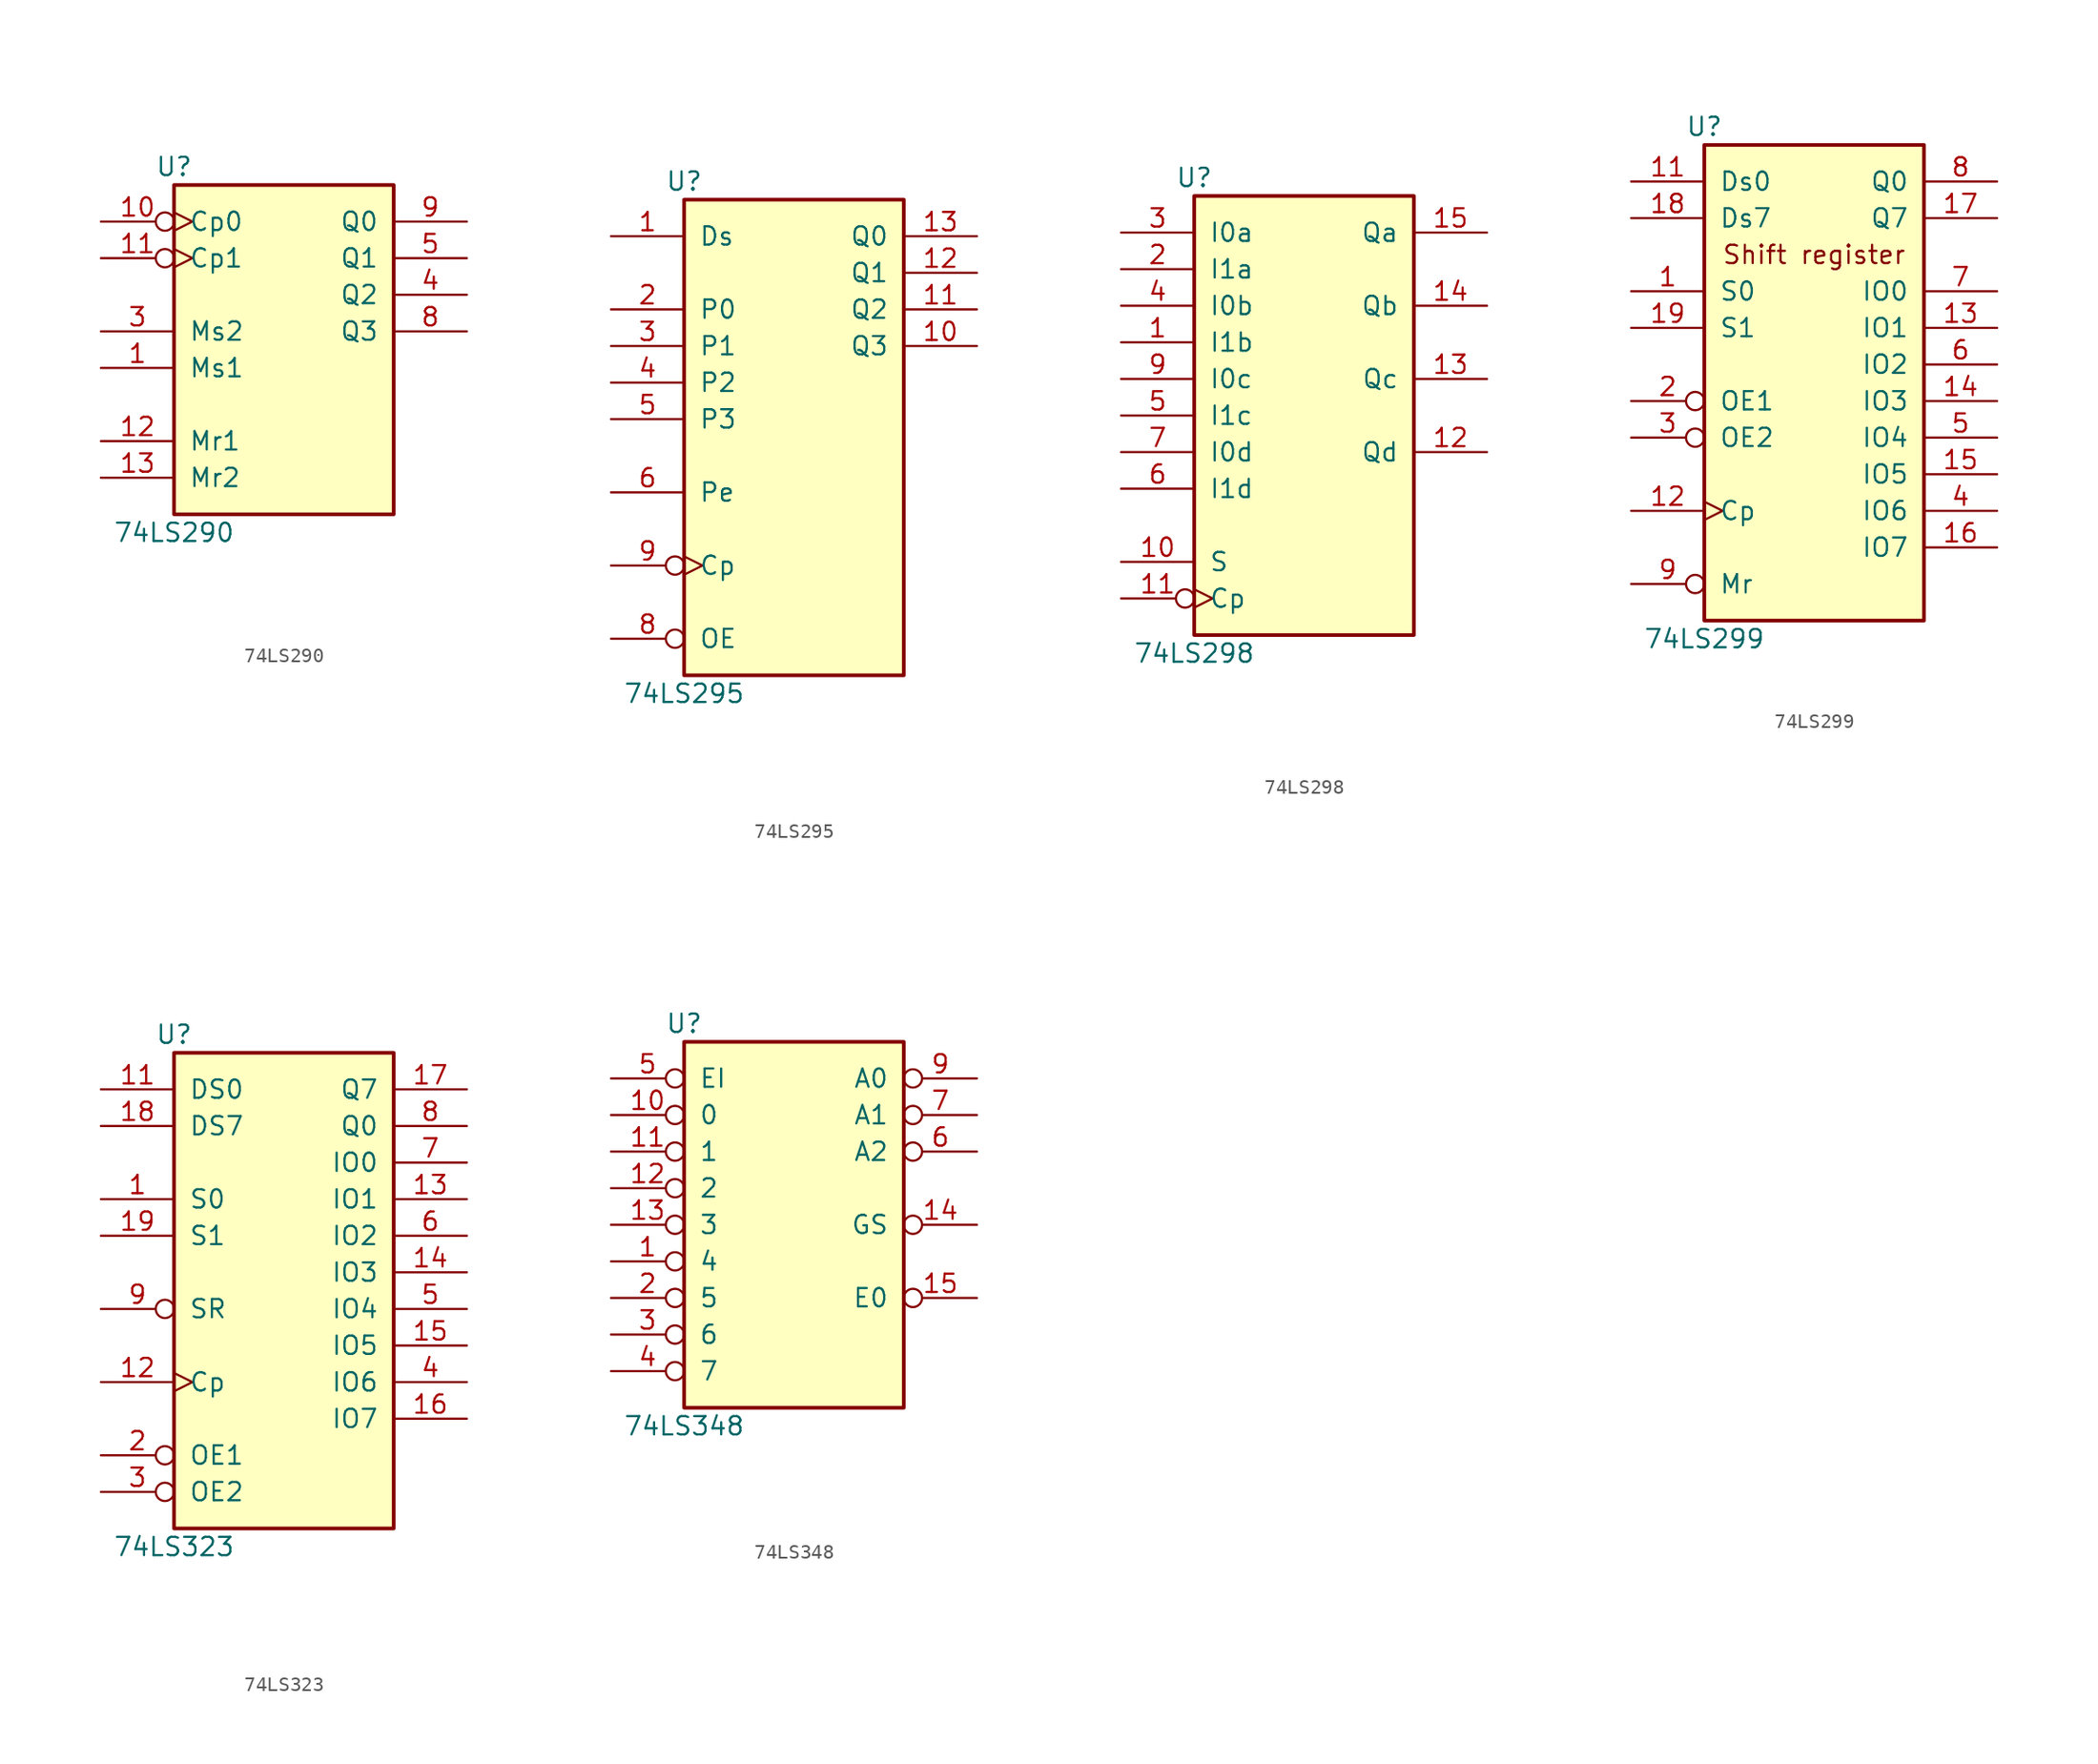
<source format=kicad_sym>
(kicad_symbol_lib
  (version 20211014)
  (generator kicad_symbol_editor)
  (symbol "74LS290"
    (pin_names
      (offset 1.016))
    (property "Reference" "U"
      (at -7.62 11.43 0)
      (effects (font (size 1.27 1.27))))
    (property "Value" "74LS290"
      (at -7.62 -13.97 0)
      (effects (font (size 1.27 1.27))))
    (property "ki_locked" ""
      (at 0 0 0)
      (effects (font (size 1.27 1.27))))
    (symbol "74LS290_1_0"
      (pin input line (at -12.7 -2.54 0) (length 5.08) (name "Ms1" (effects (font (size 1.27 1.27)))) (number "1" (effects (font (size 1.27 1.27)))))
      (pin input inverted_clock (at -12.7 7.62 0) (length 5.08) (name "Cp0" (effects (font (size 1.27 1.27)))) (number "10" (effects (font (size 1.27 1.27)))))
      (pin input inverted_clock (at -12.7 5.08 0) (length 5.08) (name "Cp1" (effects (font (size 1.27 1.27)))) (number "11" (effects (font (size 1.27 1.27)))))
      (pin input line (at -12.7 -7.62 0) (length 5.08) (name "Mr1" (effects (font (size 1.27 1.27)))) (number "12" (effects (font (size 1.27 1.27)))))
      (pin input line (at -12.7 -10.16 0) (length 5.08) (name "Mr2" (effects (font (size 1.27 1.27)))) (number "13" (effects (font (size 1.27 1.27)))))
      (pin input line (at 0 15.24 270) (length 5.08) hide (name "VCC" (effects (font (size 1.27 1.27)))) (number "14" (effects (font (size 1.27 1.27)))))
      (pin input line (at -12.7 0 0) (length 5.08) (name "Ms2" (effects (font (size 1.27 1.27)))) (number "3" (effects (font (size 1.27 1.27)))))
      (pin output line (at 12.7 2.54 180) (length 5.08) (name "Q2" (effects (font (size 1.27 1.27)))) (number "4" (effects (font (size 1.27 1.27)))))
      (pin output line (at 12.7 5.08 180) (length 5.08) (name "Q1" (effects (font (size 1.27 1.27)))) (number "5" (effects (font (size 1.27 1.27)))))
      (pin input line (at 0 -17.78 90) (length 5.08) hide (name "GND" (effects (font (size 1.27 1.27)))) (number "7" (effects (font (size 1.27 1.27)))))
      (pin output line (at 12.7 0 180) (length 5.08) (name "Q3" (effects (font (size 1.27 1.27)))) (number "8" (effects (font (size 1.27 1.27)))))
      (pin output line (at 12.7 7.62 180) (length 5.08) (name "Q0" (effects (font (size 1.27 1.27)))) (number "9" (effects (font (size 1.27 1.27))))))
    (symbol "74LS290_1_1"
      (rectangle (start -7.62 10.16) (end 7.62 -12.7) (stroke (width 0.254) (type default) (color 0 0 0 0)) (fill (type background)))))
  (symbol "74LS295"
    (pin_names
      (offset 1.016))
    (property "Reference" "U"
      (at -7.62 16.51 0)
      (effects (font (size 1.27 1.27))))
    (property "Value" "74LS295"
      (at -7.62 -19.05 0)
      (effects (font (size 1.27 1.27))))
    (property "ki_locked" ""
      (at 0 0 0)
      (effects (font (size 1.27 1.27))))
    (symbol "74LS295_1_0"
      (pin input line (at -12.7 12.7 0) (length 5.08) (name "Ds" (effects (font (size 1.27 1.27)))) (number "1" (effects (font (size 1.27 1.27)))))
      (pin output line (at 12.7 5.08 180) (length 5.08) (name "Q3" (effects (font (size 1.27 1.27)))) (number "10" (effects (font (size 1.27 1.27)))))
      (pin output line (at 12.7 7.62 180) (length 5.08) (name "Q2" (effects (font (size 1.27 1.27)))) (number "11" (effects (font (size 1.27 1.27)))))
      (pin output line (at 12.7 10.16 180) (length 5.08) (name "Q1" (effects (font (size 1.27 1.27)))) (number "12" (effects (font (size 1.27 1.27)))))
      (pin output line (at 12.7 12.7 180) (length 5.08) (name "Q0" (effects (font (size 1.27 1.27)))) (number "13" (effects (font (size 1.27 1.27)))))
      (pin input line (at 0 20.32 270) (length 5.08) hide (name "VCC" (effects (font (size 1.27 1.27)))) (number "14" (effects (font (size 1.27 1.27)))))
      (pin input line (at -12.7 7.62 0) (length 5.08) (name "P0" (effects (font (size 1.27 1.27)))) (number "2" (effects (font (size 1.27 1.27)))))
      (pin input line (at -12.7 5.08 0) (length 5.08) (name "P1" (effects (font (size 1.27 1.27)))) (number "3" (effects (font (size 1.27 1.27)))))
      (pin input line (at -12.7 2.54 0) (length 5.08) (name "P2" (effects (font (size 1.27 1.27)))) (number "4" (effects (font (size 1.27 1.27)))))
      (pin input line (at -12.7 0 0) (length 5.08) (name "P3" (effects (font (size 1.27 1.27)))) (number "5" (effects (font (size 1.27 1.27)))))
      (pin input line (at -12.7 -5.08 0) (length 5.08) (name "Pe" (effects (font (size 1.27 1.27)))) (number "6" (effects (font (size 1.27 1.27)))))
      (pin input line (at 0 -22.86 90) (length 5.08) hide (name "GND" (effects (font (size 1.27 1.27)))) (number "7" (effects (font (size 1.27 1.27)))))
      (pin input inverted (at -12.7 -15.24 0) (length 5.08) (name "OE" (effects (font (size 1.27 1.27)))) (number "8" (effects (font (size 1.27 1.27)))))
      (pin input inverted_clock (at -12.7 -10.16 0) (length 5.08) (name "Cp" (effects (font (size 1.27 1.27)))) (number "9" (effects (font (size 1.27 1.27))))))
    (symbol "74LS295_1_1"
      (rectangle (start -7.62 15.24) (end 7.62 -17.78) (stroke (width 0.254) (type default) (color 0 0 0 0)) (fill (type background)))))
  (symbol "74LS298"
    (pin_names
      (offset 1.016))
    (property "Reference" "U"
      (at -7.62 16.51 0)
      (effects (font (size 1.27 1.27))))
    (property "Value" "74LS298"
      (at -7.62 -16.51 0)
      (effects (font (size 1.27 1.27))))
    (property "ki_locked" ""
      (at 0 0 0)
      (effects (font (size 1.27 1.27))))
    (symbol "74LS298_1_0"
      (pin input line (at -12.7 5.08 0) (length 5.08) (name "I1b" (effects (font (size 1.27 1.27)))) (number "1" (effects (font (size 1.27 1.27)))))
      (pin input line (at -12.7 -10.16 0) (length 5.08) (name "S" (effects (font (size 1.27 1.27)))) (number "10" (effects (font (size 1.27 1.27)))))
      (pin input inverted_clock (at -12.7 -12.7 0) (length 5.08) (name "Cp" (effects (font (size 1.27 1.27)))) (number "11" (effects (font (size 1.27 1.27)))))
      (pin output line (at 12.7 -2.54 180) (length 5.08) (name "Qd" (effects (font (size 1.27 1.27)))) (number "12" (effects (font (size 1.27 1.27)))))
      (pin output line (at 12.7 2.54 180) (length 5.08) (name "Qc" (effects (font (size 1.27 1.27)))) (number "13" (effects (font (size 1.27 1.27)))))
      (pin output line (at 12.7 7.62 180) (length 5.08) (name "Qb" (effects (font (size 1.27 1.27)))) (number "14" (effects (font (size 1.27 1.27)))))
      (pin output line (at 12.7 12.7 180) (length 5.08) (name "Qa" (effects (font (size 1.27 1.27)))) (number "15" (effects (font (size 1.27 1.27)))))
      (pin input line (at 0 20.32 270) (length 5.08) hide (name "VCC" (effects (font (size 1.27 1.27)))) (number "16" (effects (font (size 1.27 1.27)))))
      (pin input line (at -12.7 10.16 0) (length 5.08) (name "I1a" (effects (font (size 1.27 1.27)))) (number "2" (effects (font (size 1.27 1.27)))))
      (pin input line (at -12.7 12.7 0) (length 5.08) (name "I0a" (effects (font (size 1.27 1.27)))) (number "3" (effects (font (size 1.27 1.27)))))
      (pin input line (at -12.7 7.62 0) (length 5.08) (name "I0b" (effects (font (size 1.27 1.27)))) (number "4" (effects (font (size 1.27 1.27)))))
      (pin input line (at -12.7 0 0) (length 5.08) (name "I1c" (effects (font (size 1.27 1.27)))) (number "5" (effects (font (size 1.27 1.27)))))
      (pin input line (at -12.7 -5.08 0) (length 5.08) (name "I1d" (effects (font (size 1.27 1.27)))) (number "6" (effects (font (size 1.27 1.27)))))
      (pin input line (at -12.7 -2.54 0) (length 5.08) (name "I0d" (effects (font (size 1.27 1.27)))) (number "7" (effects (font (size 1.27 1.27)))))
      (pin input line (at 0 -20.32 90) (length 5.08) hide (name "GND" (effects (font (size 1.27 1.27)))) (number "8" (effects (font (size 1.27 1.27)))))
      (pin input line (at -12.7 2.54 0) (length 5.08) (name "I0c" (effects (font (size 1.27 1.27)))) (number "9" (effects (font (size 1.27 1.27))))))
    (symbol "74LS298_1_1"
      (rectangle (start -7.62 15.24) (end 7.62 -15.24) (stroke (width 0.254) (type default) (color 0 0 0 0)) (fill (type background)))))
  (symbol "74LS299"
    (pin_names
      (offset 1.016))
    (property "Reference" "U"
      (at -7.62 16.51 0)
      (effects (font (size 1.27 1.27))))
    (property "Value" "74LS299"
      (at -7.62 -19.05 0)
      (effects (font (size 1.27 1.27))))
    (property "ki_locked" ""
      (at 0 0 0)
      (effects (font (size 1.27 1.27))))
    (symbol "74LS299_0_0"
      (text "Shift register" (at 0 7.62 0) (effects (font (size 1.27 1.27)))))
    (symbol "74LS299_1_0"
      (pin input line (at -12.7 5.08 0) (length 5.08) (name "S0" (effects (font (size 1.27 1.27)))) (number "1" (effects (font (size 1.27 1.27)))))
      (pin power_in line (at 0 -17.78 90) (length 5.08) hide (name "VSS" (effects (font (size 1.27 1.27)))) (number "10" (effects (font (size 1.27 1.27)))))
      (pin input line (at -12.7 12.7 0) (length 5.08) (name "Ds0" (effects (font (size 1.27 1.27)))) (number "11" (effects (font (size 1.27 1.27)))))
      (pin input clock (at -12.7 -10.16 0) (length 5.08) (name "Cp" (effects (font (size 1.27 1.27)))) (number "12" (effects (font (size 1.27 1.27)))))
      (pin tri_state line (at 12.7 2.54 180) (length 5.08) (name "IO1" (effects (font (size 1.27 1.27)))) (number "13" (effects (font (size 1.27 1.27)))))
      (pin tri_state line (at 12.7 -2.54 180) (length 5.08) (name "IO3" (effects (font (size 1.27 1.27)))) (number "14" (effects (font (size 1.27 1.27)))))
      (pin tri_state line (at 12.7 -7.62 180) (length 5.08) (name "IO5" (effects (font (size 1.27 1.27)))) (number "15" (effects (font (size 1.27 1.27)))))
      (pin tri_state line (at 12.7 -12.7 180) (length 5.08) (name "IO7" (effects (font (size 1.27 1.27)))) (number "16" (effects (font (size 1.27 1.27)))))
      (pin output line (at 12.7 10.16 180) (length 5.08) (name "Q7" (effects (font (size 1.27 1.27)))) (number "17" (effects (font (size 1.27 1.27)))))
      (pin input line (at -12.7 10.16 0) (length 5.08) (name "Ds7" (effects (font (size 1.27 1.27)))) (number "18" (effects (font (size 1.27 1.27)))))
      (pin input line (at -12.7 2.54 0) (length 5.08) (name "S1" (effects (font (size 1.27 1.27)))) (number "19" (effects (font (size 1.27 1.27)))))
      (pin input inverted (at -12.7 -2.54 0) (length 5.08) (name "OE1" (effects (font (size 1.27 1.27)))) (number "2" (effects (font (size 1.27 1.27)))))
      (pin power_in line (at 0 15.24 270) (length 5.08) hide (name "VCC" (effects (font (size 1.27 1.27)))) (number "20" (effects (font (size 1.27 1.27)))))
      (pin input inverted (at -12.7 -5.08 0) (length 5.08) (name "OE2" (effects (font (size 1.27 1.27)))) (number "3" (effects (font (size 1.27 1.27)))))
      (pin tri_state line (at 12.7 -10.16 180) (length 5.08) (name "IO6" (effects (font (size 1.27 1.27)))) (number "4" (effects (font (size 1.27 1.27)))))
      (pin tri_state line (at 12.7 -5.08 180) (length 5.08) (name "IO4" (effects (font (size 1.27 1.27)))) (number "5" (effects (font (size 1.27 1.27)))))
      (pin tri_state line (at 12.7 0 180) (length 5.08) (name "IO2" (effects (font (size 1.27 1.27)))) (number "6" (effects (font (size 1.27 1.27)))))
      (pin tri_state line (at 12.7 5.08 180) (length 5.08) (name "IO0" (effects (font (size 1.27 1.27)))) (number "7" (effects (font (size 1.27 1.27)))))
      (pin output line (at 12.7 12.7 180) (length 5.08) (name "Q0" (effects (font (size 1.27 1.27)))) (number "8" (effects (font (size 1.27 1.27)))))
      (pin input inverted (at -12.7 -15.24 0) (length 5.08) (name "Mr" (effects (font (size 1.27 1.27)))) (number "9" (effects (font (size 1.27 1.27))))))
    (symbol "74LS299_1_1"
      (rectangle (start -7.62 15.24) (end 7.62 -17.78) (stroke (width 0.254) (type default) (color 0 0 0 0)) (fill (type background)))))
  (symbol "74LS323"
    (pin_names
      (offset 1.016))
    (property "Reference" "U"
      (at -7.62 16.51 0)
      (effects (font (size 1.27 1.27))))
    (property "Value" "74LS323"
      (at -7.62 -19.05 0)
      (effects (font (size 1.27 1.27))))
    (property "ki_locked" ""
      (at 0 0 0)
      (effects (font (size 1.27 1.27))))
    (symbol "74LS323_1_0"
      (pin input line (at -12.7 5.08 0) (length 5.08) (name "S0" (effects (font (size 1.27 1.27)))) (number "1" (effects (font (size 1.27 1.27)))))
      (pin input line (at 0 -22.86 90) (length 5.08) hide (name "GND" (effects (font (size 1.27 1.27)))) (number "10" (effects (font (size 1.27 1.27)))))
      (pin input line (at -12.7 12.7 0) (length 5.08) (name "DS0" (effects (font (size 1.27 1.27)))) (number "11" (effects (font (size 1.27 1.27)))))
      (pin input clock (at -12.7 -7.62 0) (length 5.08) (name "Cp" (effects (font (size 1.27 1.27)))) (number "12" (effects (font (size 1.27 1.27)))))
      (pin tri_state line (at 12.7 5.08 180) (length 5.08) (name "IO1" (effects (font (size 1.27 1.27)))) (number "13" (effects (font (size 1.27 1.27)))))
      (pin tri_state line (at 12.7 0 180) (length 5.08) (name "IO3" (effects (font (size 1.27 1.27)))) (number "14" (effects (font (size 1.27 1.27)))))
      (pin tri_state line (at 12.7 -5.08 180) (length 5.08) (name "IO5" (effects (font (size 1.27 1.27)))) (number "15" (effects (font (size 1.27 1.27)))))
      (pin tri_state line (at 12.7 -10.16 180) (length 5.08) (name "IO7" (effects (font (size 1.27 1.27)))) (number "16" (effects (font (size 1.27 1.27)))))
      (pin output line (at 12.7 12.7 180) (length 5.08) (name "Q7" (effects (font (size 1.27 1.27)))) (number "17" (effects (font (size 1.27 1.27)))))
      (pin input line (at -12.7 10.16 0) (length 5.08) (name "DS7" (effects (font (size 1.27 1.27)))) (number "18" (effects (font (size 1.27 1.27)))))
      (pin input line (at -12.7 2.54 0) (length 5.08) (name "S1" (effects (font (size 1.27 1.27)))) (number "19" (effects (font (size 1.27 1.27)))))
      (pin input inverted (at -12.7 -12.7 0) (length 5.08) (name "OE1" (effects (font (size 1.27 1.27)))) (number "2" (effects (font (size 1.27 1.27)))))
      (pin input line (at 0 20.32 270) (length 5.08) hide (name "VCC" (effects (font (size 1.27 1.27)))) (number "20" (effects (font (size 1.27 1.27)))))
      (pin input inverted (at -12.7 -15.24 0) (length 5.08) (name "OE2" (effects (font (size 1.27 1.27)))) (number "3" (effects (font (size 1.27 1.27)))))
      (pin tri_state line (at 12.7 -7.62 180) (length 5.08) (name "IO6" (effects (font (size 1.27 1.27)))) (number "4" (effects (font (size 1.27 1.27)))))
      (pin tri_state line (at 12.7 -2.54 180) (length 5.08) (name "IO4" (effects (font (size 1.27 1.27)))) (number "5" (effects (font (size 1.27 1.27)))))
      (pin tri_state line (at 12.7 2.54 180) (length 5.08) (name "IO2" (effects (font (size 1.27 1.27)))) (number "6" (effects (font (size 1.27 1.27)))))
      (pin tri_state line (at 12.7 7.62 180) (length 5.08) (name "IO0" (effects (font (size 1.27 1.27)))) (number "7" (effects (font (size 1.27 1.27)))))
      (pin output line (at 12.7 10.16 180) (length 5.08) (name "Q0" (effects (font (size 1.27 1.27)))) (number "8" (effects (font (size 1.27 1.27)))))
      (pin input inverted (at -12.7 -2.54 0) (length 5.08) (name "SR" (effects (font (size 1.27 1.27)))) (number "9" (effects (font (size 1.27 1.27))))))
    (symbol "74LS323_1_1"
      (rectangle (start -7.62 15.24) (end 7.62 -17.78) (stroke (width 0.254) (type default) (color 0 0 0 0)) (fill (type background)))))
  (symbol "74LS348"
    (pin_names
      (offset 1.016))
    (property "Reference" "U"
      (at -7.62 13.97 0)
      (effects (font (size 1.27 1.27))))
    (property "Value" "74LS348"
      (at -7.62 -13.97 0)
      (effects (font (size 1.27 1.27))))
    (property "ki_locked" ""
      (at 0 0 0)
      (effects (font (size 1.27 1.27))))
    (symbol "74LS348_1_0"
      (pin input inverted (at -12.7 -2.54 0) (length 5.08) (name "4" (effects (font (size 1.27 1.27)))) (number "1" (effects (font (size 1.27 1.27)))))
      (pin input inverted (at -12.7 7.62 0) (length 5.08) (name "0" (effects (font (size 1.27 1.27)))) (number "10" (effects (font (size 1.27 1.27)))))
      (pin input inverted (at -12.7 5.08 0) (length 5.08) (name "1" (effects (font (size 1.27 1.27)))) (number "11" (effects (font (size 1.27 1.27)))))
      (pin input inverted (at -12.7 2.54 0) (length 5.08) (name "2" (effects (font (size 1.27 1.27)))) (number "12" (effects (font (size 1.27 1.27)))))
      (pin input inverted (at -12.7 0 0) (length 5.08) (name "3" (effects (font (size 1.27 1.27)))) (number "13" (effects (font (size 1.27 1.27)))))
      (pin output inverted (at 12.7 0 180) (length 5.08) (name "GS" (effects (font (size 1.27 1.27)))) (number "14" (effects (font (size 1.27 1.27)))))
      (pin output inverted (at 12.7 -5.08 180) (length 5.08) (name "E0" (effects (font (size 1.27 1.27)))) (number "15" (effects (font (size 1.27 1.27)))))
      (pin input line (at 0 17.78 270) (length 5.08) hide (name "VCC" (effects (font (size 1.27 1.27)))) (number "16" (effects (font (size 1.27 1.27)))))
      (pin input inverted (at -12.7 -5.08 0) (length 5.08) (name "5" (effects (font (size 1.27 1.27)))) (number "2" (effects (font (size 1.27 1.27)))))
      (pin input inverted (at -12.7 -7.62 0) (length 5.08) (name "6" (effects (font (size 1.27 1.27)))) (number "3" (effects (font (size 1.27 1.27)))))
      (pin input inverted (at -12.7 -10.16 0) (length 5.08) (name "7" (effects (font (size 1.27 1.27)))) (number "4" (effects (font (size 1.27 1.27)))))
      (pin input inverted (at -12.7 10.16 0) (length 5.08) (name "EI" (effects (font (size 1.27 1.27)))) (number "5" (effects (font (size 1.27 1.27)))))
      (pin tri_state inverted (at 12.7 5.08 180) (length 5.08) (name "A2" (effects (font (size 1.27 1.27)))) (number "6" (effects (font (size 1.27 1.27)))))
      (pin tri_state inverted (at 12.7 7.62 180) (length 5.08) (name "A1" (effects (font (size 1.27 1.27)))) (number "7" (effects (font (size 1.27 1.27)))))
      (pin input line (at 0 -17.78 90) (length 5.08) hide (name "GND" (effects (font (size 1.27 1.27)))) (number "8" (effects (font (size 1.27 1.27)))))
      (pin tri_state inverted (at 12.7 10.16 180) (length 5.08) (name "A0" (effects (font (size 1.27 1.27)))) (number "9" (effects (font (size 1.27 1.27))))))
    (symbol "74LS348_1_1"
      (rectangle (start -7.62 12.7) (end 7.62 -12.7) (stroke (width 0.254) (type default) (color 0 0 0 0)) (fill (type background))))))
</source>
